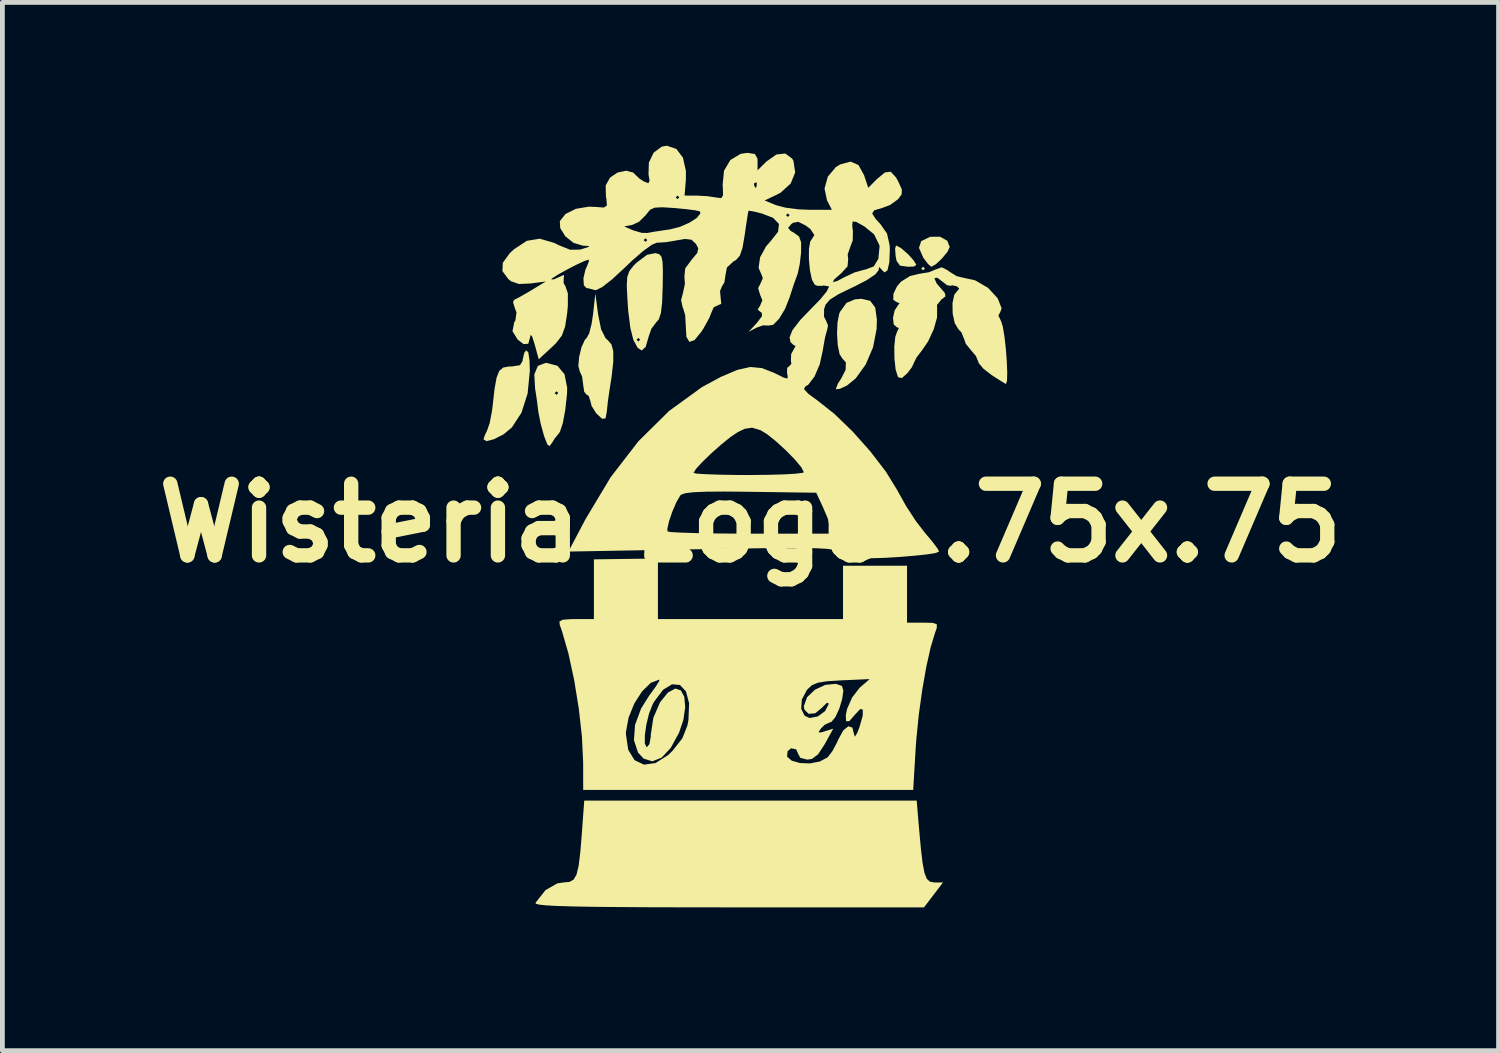
<source format=kicad_pcb>
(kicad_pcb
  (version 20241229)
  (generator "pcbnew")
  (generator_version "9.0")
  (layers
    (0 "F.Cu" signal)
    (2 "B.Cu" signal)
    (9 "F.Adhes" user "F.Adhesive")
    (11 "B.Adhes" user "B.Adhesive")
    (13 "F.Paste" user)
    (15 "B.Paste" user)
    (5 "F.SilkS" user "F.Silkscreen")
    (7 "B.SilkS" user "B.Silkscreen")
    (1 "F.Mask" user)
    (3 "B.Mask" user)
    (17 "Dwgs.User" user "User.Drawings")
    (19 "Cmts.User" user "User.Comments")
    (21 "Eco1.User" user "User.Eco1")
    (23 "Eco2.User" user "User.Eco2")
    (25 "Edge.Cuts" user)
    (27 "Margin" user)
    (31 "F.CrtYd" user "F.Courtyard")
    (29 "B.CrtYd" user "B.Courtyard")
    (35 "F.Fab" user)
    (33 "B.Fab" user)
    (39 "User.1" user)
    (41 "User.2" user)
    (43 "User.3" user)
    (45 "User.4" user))
  (footprint "Wisteria Logo .75x.75"
    (layer "F.Cu")
    (at 12.657 7.896)
    (property "Reference" "Wisteria Logo .75x.75" (at 0 0 0) (layer "F.SilkS") (effects (font (size 1.5 1.5) (thickness 0.3))))
    (attr board_only exclude_from_pos_files exclude_from_bom)
    (fp_poly (pts (xy 3.65 -5.326) (xy 3.613 -5.289) (xy 3.575 -5.326) (xy 3.613 -5.363)) (stroke (width 0) (type solid)) (fill yes) (layer "F.SilkS"))
    (fp_poly (pts (xy 3.152 -5.753) (xy 3.298 -5.626) (xy 3.417 -5.493) (xy 3.472 -5.403) (xy 3.422 -5.368) (xy 3.295 -5.363) (xy 3.131 -5.386) (xy 3.058 -5.485) (xy 3.038 -5.587) (xy 3.027 -5.742) (xy 3.047 -5.808) (xy 3.048 -5.808)) (stroke (width 0) (type solid)) (fill yes) (layer "F.SilkS"))
    (fp_poly (pts (xy 4.119 -5.907) (xy 4.171 -5.777) (xy 4.122 -5.674) (xy 4.007 -5.535) (xy 3.878 -5.414) (xy 3.784 -5.363) (xy 3.718 -5.419) (xy 3.617 -5.552) (xy 3.616 -5.555) (xy 3.527 -5.758) (xy 3.573 -5.899) (xy 3.756 -5.988) (xy 3.763 -5.99) (xy 3.967 -5.992)) (stroke (width 0) (type solid)) (fill yes) (layer "F.SilkS"))
    (fp_poly (pts (xy 2.505 -4.65) (xy 2.61 -4.511) (xy 2.646 -4.26) (xy 2.64 -4.059) (xy 2.566 -3.678) (xy 2.412 -3.318) (xy 2.203 -3.027) (xy 2.024 -2.88) (xy 1.873 -2.808) (xy 1.792 -2.799) (xy 1.788 -2.809) (xy 1.829 -2.916) (xy 1.897 -3.021) (xy 1.991 -3.204) (xy 1.997 -3.361) (xy 1.923 -3.443) (xy 1.866 -3.531) (xy 1.827 -3.718) (xy 1.812 -3.955) (xy 1.821 -4.191) (xy 1.857 -4.379) (xy 1.874 -4.419) (xy 2.009 -4.606) (xy 2.191 -4.682) (xy 2.325 -4.692)) (stroke (width 0) (type solid)) (fill yes) (layer "F.SilkS"))
    (fp_poly (pts (xy -4.65 -3.572) (xy -4.624 -3.398) (xy -4.618 -3.18) (xy -4.664 -2.711) (xy -4.793 -2.308) (xy -4.994 -2) (xy -5.164 -1.858) (xy -5.372 -1.752) (xy -5.524 -1.713) (xy -5.586 -1.75) (xy -5.587 -1.755) (xy -5.555 -1.848) (xy -5.511 -1.939) (xy -5.457 -2.097) (xy -5.412 -2.331) (xy -5.398 -2.437) (xy -5.357 -2.801) (xy -5.314 -3.041) (xy -5.258 -3.183) (xy -5.176 -3.253) (xy -5.056 -3.276) (xy -4.986 -3.277) (xy -4.824 -3.303) (xy -4.769 -3.394) (xy -4.767 -3.422) (xy -4.733 -3.565) (xy -4.693 -3.613)) (stroke (width 0) (type solid)) (fill yes) (layer "F.SilkS"))
    (fp_poly (pts (xy -4.041 -3.291) (xy -3.892 -3.114) (xy -3.836 -2.829) (xy -3.839 -2.707) (xy -3.876 -2.368) (xy -3.927 -2.091) (xy -3.987 -1.909) (xy -4.021 -1.862) (xy -4.095 -1.772) (xy -4.15 -1.683) (xy -4.203 -1.61) (xy -4.249 -1.64) (xy -4.309 -1.792) (xy -4.323 -1.832) (xy -4.392 -2.083) (xy -4.438 -2.317) (xy -4.442 -2.346) (xy -4.473 -2.59) (xy -4.493 -2.719) (xy -4.097 -2.719) (xy -4.06 -2.682) (xy -4.022 -2.719) (xy -4.06 -2.756) (xy -4.097 -2.719) (xy -4.493 -2.719) (xy -4.508 -2.815) (xy -4.524 -3.11) (xy -4.449 -3.289) (xy -4.284 -3.352) (xy -4.278 -3.352)) (stroke (width 0) (type solid)) (fill yes) (layer "F.SilkS"))
    (fp_poly (pts (xy -3.189 -4.365) (xy -3.126 -4.053) (xy -3.032 -3.867) (xy -2.986 -3.825) (xy -2.91 -3.739) (xy -2.872 -3.599) (xy -2.871 -3.38) (xy -2.907 -3.058) (xy -2.953 -2.764) (xy -2.986 -2.533) (xy -3.006 -2.337) (xy -3.007 -2.328) (xy -3.034 -2.189) (xy -3.105 -2.181) (xy -3.229 -2.296) (xy -3.326 -2.452) (xy -3.352 -2.557) (xy -3.388 -2.664) (xy -3.426 -2.682) (xy -3.48 -2.746) (xy -3.501 -2.89) (xy -3.524 -3.068) (xy -3.572 -3.169) (xy -3.602 -3.286) (xy -3.586 -3.477) (xy -3.536 -3.68) (xy -3.465 -3.835) (xy -3.428 -3.873) (xy -3.375 -3.97) (xy -3.325 -4.168) (xy -3.295 -4.364) (xy -3.247 -4.804)) (stroke (width 0) (type solid)) (fill yes) (layer "F.SilkS"))
    (fp_poly (pts (xy -1.913 -5.628) (xy -1.865 -5.578) (xy -1.84 -5.466) (xy -1.833 -5.265) (xy -1.837 -4.957) (xy -1.849 -4.614) (xy -1.875 -4.392) (xy -1.919 -4.26) (xy -1.971 -4.202) (xy -2.074 -4.065) (xy -2.131 -3.9) (xy -2.193 -3.687) (xy -2.275 -3.611) (xy -2.361 -3.665) (xy -2.45 -3.831) (xy -2.452 -3.836) (xy -2.384 -3.836) (xy -2.346 -3.799) (xy -2.309 -3.836) (xy -2.346 -3.873) (xy -2.384 -3.836) (xy -2.452 -3.836) (xy -2.514 -4.083) (xy -2.559 -4.444) (xy -2.575 -4.679) (xy -2.589 -4.964) (xy -2.579 -5.146) (xy -2.536 -5.271) (xy -2.447 -5.384) (xy -2.384 -5.448) (xy -2.165 -5.613) (xy -1.993 -5.648)) (stroke (width 0) (type solid)) (fill yes) (layer "F.SilkS"))
    (fp_poly (pts (xy 3.526 6.368) (xy 3.566 6.808) (xy 3.603 7.121) (xy 3.643 7.327) (xy 3.692 7.449) (xy 3.756 7.507) (xy 3.841 7.523) (xy 3.849 7.523) (xy 4.03 7.523) (xy 3.831 7.784) (xy 3.632 8.045) (xy -0.46 8.045) (xy -1.375 8.044) (xy -2.15 8.042) (xy -2.796 8.038) (xy -3.322 8.033) (xy -3.737 8.025) (xy -4.052 8.015) (xy -4.276 8.003) (xy -4.418 7.988) (xy -4.489 7.97) (xy -4.5 7.951) (xy -4.29 7.684) (xy -4.042 7.542) (xy -3.907 7.523) (xy -3.788 7.512) (xy -3.702 7.465) (xy -3.641 7.359) (xy -3.596 7.173) (xy -3.561 6.884) (xy -3.527 6.47) (xy -3.524 6.424) (xy -3.479 5.81) (xy 0.000134 5.81) (xy 3.479 5.81)) (stroke (width 0) (type solid)) (fill yes) (layer "F.SilkS"))
    (fp_poly (pts (xy 4.131 -5.287) (xy 4.154 -5.267) (xy 4.311 -5.168) (xy 4.422 -5.14) (xy 4.701 -5.079) (xy 4.971 -4.923) (xy 5.166 -4.712) (xy 5.182 -4.683) (xy 5.256 -4.494) (xy 5.228 -4.412) (xy 5.226 -4.411) (xy 5.189 -4.342) (xy 5.246 -4.222) (xy 5.282 -4.106) (xy 5.316 -3.901) (xy 5.345 -3.646) (xy 5.365 -3.38) (xy 5.374 -3.142) (xy 5.369 -2.972) (xy 5.347 -2.909) (xy 5.346 -2.909) (xy 5.277 -2.949) (xy 5.128 -3.044) (xy 5.046 -3.097) (xy 4.877 -3.228) (xy 4.778 -3.345) (xy 4.767 -3.379) (xy 4.716 -3.499) (xy 4.618 -3.613) (xy 4.506 -3.752) (xy 4.469 -3.858) (xy 4.414 -3.992) (xy 4.354 -4.053) (xy 4.276 -4.18) (xy 4.232 -4.382) (xy 4.228 -4.601) (xy 4.265 -4.775) (xy 4.312 -4.837) (xy 4.369 -4.905) (xy 4.323 -4.952) (xy 4.219 -4.976) (xy 4.195 -4.964) (xy 4.117 -4.976) (xy 4.045 -5.031) (xy 3.909 -5.134) (xy 3.85 -5.123) (xy 3.893 -5.02) (xy 3.953 -4.948) (xy 4.067 -4.816) (xy 4.082 -4.744) (xy 4.006 -4.685) (xy 4 -4.682) (xy 3.905 -4.565) (xy 3.906 -4.482) (xy 3.905 -4.301) (xy 3.836 -4.056) (xy 3.719 -3.802) (xy 3.589 -3.612) (xy 3.477 -3.466) (xy 3.427 -3.367) (xy 3.426 -3.363) (xy 3.382 -3.266) (xy 3.284 -3.136) (xy 3.168 -3.032) (xy 3.094 -3.051) (xy 3.084 -3.065) (xy 3.038 -3.214) (xy 3.013 -3.442) (xy 3.01 -3.688) (xy 3.031 -3.897) (xy 3.068 -4.002) (xy 3.107 -4.082) (xy 3.063 -4.097) (xy 2.998 -4.156) (xy 2.983 -4.294) (xy 3.017 -4.446) (xy 3.069 -4.529) (xy 3.121 -4.603) (xy 3.069 -4.618) (xy 2.989 -4.67) (xy 2.992 -4.797) (xy 3.068 -4.954) (xy 3.152 -5.052) (xy 3.34 -5.169) (xy 3.525 -5.214) (xy 3.735 -5.248) (xy 3.87 -5.304) (xy 4.004 -5.352)) (stroke (width 0) (type solid)) (fill yes) (layer "F.SilkS"))
    (fp_poly (pts (xy -1.937 1.377) (xy -1.937 2.011) (xy 0 2.011) (xy 1.937 2.011) (xy 1.937 1.452) (xy 1.937 0.894) (xy 2.607 0.894) (xy 3.277 0.894) (xy 3.277 1.49) (xy 3.277 2.086) (xy 3.611 2.086) (xy 3.814 2.09) (xy 3.9 2.119) (xy 3.899 2.198) (xy 3.866 2.29) (xy 3.773 2.596) (xy 3.68 3.01) (xy 3.595 3.495) (xy 3.523 4.011) (xy 3.472 4.519) (xy 3.458 4.711) (xy 3.406 5.587) (xy -0.047 5.587) (xy -3.501 5.587) (xy -3.502 5.009) (xy -3.527 4.48) (xy -3.533 4.42) (xy -2.607 4.42) (xy -2.558 4.749) (xy -2.426 4.964) (xy -2.229 5.058) (xy -1.987 5.024) (xy -1.775 4.89) (xy 0.766 4.89) (xy 0.864 4.975) (xy 1.036 5.024) (xy 1.244 5.032) (xy 1.451 4.992) (xy 1.614 4.905) (xy 1.713 4.778) (xy 1.818 4.58) (xy 1.839 4.529) (xy 1.944 4.339) (xy 2.05 4.254) (xy 2.133 4.282) (xy 2.166 4.413) (xy 2.185 4.473) (xy 2.235 4.393) (xy 2.285 4.26) (xy 2.349 4.033) (xy 2.351 3.906) (xy 2.297 3.893) (xy 2.193 4.006) (xy 2.191 4.008) (xy 2.069 4.147) (xy 2.001 4.149) (xy 1.995 4.021) (xy 2.022 3.892) (xy 2.126 3.655) (xy 2.28 3.454) (xy 2.295 3.44) (xy 2.495 3.267) (xy 1.91 3.293) (xy 1.604 3.312) (xy 1.409 3.343) (xy 1.283 3.397) (xy 1.19 3.485) (xy 1.18 3.497) (xy 1.075 3.696) (xy 1.062 3.89) (xy 1.134 4.034) (xy 1.238 4.082) (xy 1.41 4.049) (xy 1.563 3.936) (xy 1.636 3.791) (xy 1.637 3.775) (xy 1.599 3.763) (xy 1.508 3.854) (xy 1.498 3.866) (xy 1.355 3.982) (xy 1.217 3.994) (xy 1.129 3.907) (xy 1.117 3.835) (xy 1.184 3.647) (xy 1.35 3.489) (xy 1.569 3.387) (xy 1.79 3.367) (xy 1.915 3.411) (xy 1.944 3.508) (xy 1.92 3.683) (xy 1.859 3.886) (xy 1.777 4.063) (xy 1.693 4.164) (xy 1.667 4.171) (xy 1.555 4.223) (xy 1.481 4.294) (xy 1.423 4.378) (xy 1.475 4.384) (xy 1.556 4.36) (xy 1.733 4.304) (xy 1.554 4.629) (xy 1.417 4.84) (xy 1.289 4.937) (xy 1.19 4.953) (xy 1.045 4.916) (xy 1.006 4.848) (xy 0.955 4.736) (xy 0.849 4.716) (xy 0.778 4.775) (xy 0.766 4.89) (xy -1.775 4.89) (xy -1.721 4.855) (xy -1.632 4.769) (xy -1.426 4.507) (xy -1.319 4.236) (xy -1.298 4.124) (xy -1.284 3.773) (xy -1.35 3.525) (xy -1.476 3.39) (xy -1.642 3.376) (xy -1.83 3.491) (xy -2.019 3.744) (xy -2.049 3.8) (xy -2.124 3.992) (xy -2.179 4.22) (xy -2.211 4.442) (xy -2.211 4.614) (xy -2.175 4.692) (xy -2.169 4.693) (xy -2.114 4.627) (xy -2.086 4.466) (xy -2.086 4.43) (xy -2.033 4.078) (xy -1.892 3.752) (xy -1.728 3.549) (xy -1.573 3.465) (xy -1.457 3.503) (xy -1.385 3.64) (xy -1.366 3.853) (xy -1.404 4.12) (xy -1.494 4.388) (xy -1.67 4.71) (xy -1.861 4.912) (xy -2.055 4.988) (xy -2.237 4.931) (xy -2.353 4.805) (xy -2.439 4.545) (xy -2.416 4.226) (xy -2.289 3.882) (xy -2.119 3.612) (xy -1.988 3.432) (xy -1.912 3.311) (xy -1.905 3.277) (xy -2.086 3.345) (xy -2.269 3.524) (xy -2.431 3.778) (xy -2.551 4.073) (xy -2.606 4.371) (xy -2.607 4.42) (xy -3.533 4.42) (xy -3.592 3.892) (xy -3.689 3.291) (xy -3.811 2.728) (xy -3.949 2.251) (xy -3.99 2.138) (xy -3.999 2.063) (xy -3.93 2.025) (xy -3.755 2.012) (xy -3.658 2.011) (xy -3.277 2.011) (xy -3.277 1.386) (xy -3.277 0.761) (xy -2.607 0.752) (xy -1.937 0.743)) (stroke (width 0) (type solid)) (fill yes) (layer "F.SilkS"))
    (fp_poly (pts (xy -1.551 -7.829) (xy -1.413 -7.645) (xy -1.351 -7.367) (xy -1.352 -7.189) (xy -1.379 -6.853) (xy -1.118 -6.852) (xy -0.892 -6.839) (xy -0.709 -6.811) (xy -0.705 -6.81) (xy -0.611 -6.799) (xy -0.574 -6.859) (xy -0.578 -7.024) (xy -0.583 -7.076) (xy 0.074 -7.076) (xy 0.102 -7.015) (xy 0.124 -7.027) (xy 0.133 -7.115) (xy 0.124 -7.126) (xy 0.08 -7.116) (xy 0.074 -7.076) (xy -0.583 -7.076) (xy -0.583 -7.077) (xy -0.554 -7.372) (xy -0.42 -7.598) (xy -0.203 -7.727) (xy -0.062 -7.747) (xy 0.092 -7.723) (xy 0.146 -7.628) (xy 0.149 -7.564) (xy 0.149 -7.381) (xy 0.332 -7.564) (xy 0.541 -7.712) (xy 0.729 -7.733) (xy 0.872 -7.627) (xy 0.9 -7.577) (xy 0.936 -7.336) (xy 0.841 -7.104) (xy 0.632 -6.914) (xy 0.56 -6.876) (xy 0.297 -6.75) (xy 0.53 -6.653) (xy 0.731 -6.6) (xy 1.011 -6.564) (xy 1.233 -6.555) (xy 1.704 -6.555) (xy 1.602 -6.753) (xy 1.55 -6.999) (xy 1.619 -7.248) (xy 1.788 -7.45) (xy 1.878 -7.505) (xy 2.099 -7.564) (xy 2.262 -7.49) (xy 2.378 -7.278) (xy 2.383 -7.263) (xy 2.465 -7.016) (xy 2.644 -7.195) (xy 2.814 -7.337) (xy 2.936 -7.352) (xy 3.044 -7.235) (xy 3.095 -7.144) (xy 3.168 -6.98) (xy 3.164 -6.877) (xy 3.089 -6.776) (xy 2.922 -6.656) (xy 2.748 -6.59) (xy 2.589 -6.544) (xy 2.547 -6.479) (xy 2.619 -6.365) (xy 2.721 -6.254) (xy 2.858 -6.058) (xy 2.913 -5.811) (xy 2.917 -5.718) (xy 2.906 -5.451) (xy 2.867 -5.288) (xy 2.805 -5.244) (xy 2.748 -5.299) (xy 2.695 -5.359) (xy 2.68 -5.289) (xy 2.613 -5.203) (xy 2.434 -5.083) (xy 2.17 -4.946) (xy 2.127 -4.927) (xy 1.84 -4.787) (xy 1.664 -4.676) (xy 1.573 -4.571) (xy 1.541 -4.48) (xy 1.539 -4.318) (xy 1.582 -4.235) (xy 1.623 -4.135) (xy 1.606 -4.048) (xy 1.561 -3.884) (xy 1.521 -3.659) (xy 1.515 -3.618) (xy 1.45 -3.321) (xy 1.34 -3.065) (xy 1.209 -2.893) (xy 1.147 -2.855) (xy 1.121 -2.802) (xy 1.214 -2.701) (xy 1.397 -2.568) (xy 1.754 -2.286) (xy 2.137 -1.916) (xy 2.509 -1.498) (xy 2.833 -1.076) (xy 3.071 -0.689) (xy 3.085 -0.663) (xy 3.26 -0.35) (xy 3.464 -0.037) (xy 3.647 0.2) (xy 3.806 0.389) (xy 3.915 0.535) (xy 3.948 0.598) (xy 3.879 0.627) (xy 3.696 0.657) (xy 3.432 0.685) (xy 3.123 0.711) (xy 2.802 0.73) (xy 2.504 0.739) (xy 2.263 0.737) (xy 2.212 0.735) (xy 2.003 0.694) (xy 1.855 0.621) (xy 1.84 0.606) (xy 1.799 0.578) (xy 1.719 0.556) (xy 1.585 0.54) (xy 1.384 0.529) (xy 1.102 0.524) (xy 0.726 0.524) (xy 0.24 0.528) (xy -0.368 0.537) (xy -1.03 0.548) (xy -3.81 0.598) (xy -3.559 0.122) (xy -1.74 0.122) (xy -1.734 0.178) (xy -1.65 0.191) (xy -1.438 0.202) (xy -1.12 0.212) (xy -0.718 0.219) (xy -0.254 0.223) (xy 0.017 0.223) (xy 1.723 0.223) (xy 1.671 0.056) (xy 1.605 -0.126) (xy 1.51 -0.347) (xy 1.498 -0.372) (xy 1.377 -0.633) (xy -0.009 -0.653) (xy -0.531 -0.658) (xy -0.92 -0.655) (xy -1.193 -0.644) (xy -1.365 -0.623) (xy -1.454 -0.591) (xy -1.467 -0.579) (xy -1.551 -0.435) (xy -1.636 -0.237) (xy -1.705 -0.034) (xy -1.74 0.122) (xy -3.559 0.122) (xy -3.454 -0.078) (xy -2.928 -0.955) (xy -2.857 -1.048) (xy -1.192 -1.048) (xy -1.121 -1.033) (xy -0.928 -1.021) (xy -0.635 -1.011) (xy -0.27 -1.005) (xy -0.037 -1.004) (xy 0.358 -1.008) (xy 0.696 -1.017) (xy 0.949 -1.032) (xy 1.094 -1.051) (xy 1.117 -1.063) (xy 1.064 -1.166) (xy 0.928 -1.33) (xy 0.74 -1.521) (xy 0.535 -1.709) (xy 0.345 -1.861) (xy 0.212 -1.941) (xy 0.034 -1.995) (xy -0.122 -1.971) (xy -0.265 -1.902) (xy -0.416 -1.801) (xy -0.612 -1.642) (xy -0.82 -1.458) (xy -1.008 -1.277) (xy -1.142 -1.13) (xy -1.192 -1.048) (xy -2.857 -1.048) (xy -2.343 -1.713) (xy -1.703 -2.345) (xy -1.017 -2.843) (xy -0.622 -3.057) (xy -0.276 -3.204) (xy -0.004 -3.265) (xy 0.241 -3.242) (xy 0.503 -3.138) (xy 0.517 -3.131) (xy 0.695 -3.043) (xy 0.772 -3.023) (xy 0.78 -3.071) (xy 0.766 -3.131) (xy 0.768 -3.248) (xy 0.808 -3.277) (xy 0.857 -3.332) (xy 0.846 -3.39) (xy 0.852 -3.537) (xy 0.895 -3.614) (xy 0.944 -3.705) (xy 0.903 -3.724) (xy 0.837 -3.787) (xy 0.819 -3.887) (xy 0.877 -4.033) (xy 1.042 -4.248) (xy 1.265 -4.48) (xy 1.46 -4.68) (xy 1.593 -4.842) (xy 1.643 -4.94) (xy 1.637 -4.954) (xy 1.524 -4.971) (xy 1.505 -4.963) (xy 1.398 -4.964) (xy 1.343 -4.989) (xy 1.316 -5.039) (xy 1.725 -5.039) (xy 1.821 -5.067) (xy 1.961 -5.142) (xy 2.18 -5.245) (xy 2.386 -5.302) (xy 2.406 -5.304) (xy 2.581 -5.37) (xy 2.677 -5.531) (xy 2.703 -5.803) (xy 2.587 -6.042) (xy 2.384 -6.207) (xy 2.212 -6.303) (xy 2.138 -6.31) (xy 2.13 -6.214) (xy 2.144 -6.107) (xy 2.14 -5.912) (xy 2.088 -5.776) (xy 2.034 -5.62) (xy 2.045 -5.523) (xy 2.032 -5.371) (xy 1.902 -5.229) (xy 1.75 -5.095) (xy 1.725 -5.039) (xy 1.316 -5.039) (xy 1.287 -5.091) (xy 1.245 -5.285) (xy 1.223 -5.518) (xy 1.224 -5.738) (xy 1.251 -5.892) (xy 1.276 -5.928) (xy 1.337 -6.026) (xy 1.255 -6.151) (xy 1.154 -6.227) (xy 1.001 -6.304) (xy 0.892 -6.283) (xy 0.854 -6.255) (xy 0.788 -6.177) (xy 0.841 -6.113) (xy 0.91 -6.075) (xy 1.017 -5.996) (xy 1.06 -5.874) (xy 1.059 -5.657) (xy 1.031 -5.417) (xy 0.989 -5.219) (xy 0.974 -5.177) (xy 0.912 -5.009) (xy 0.838 -4.782) (xy 0.822 -4.73) (xy 0.724 -4.481) (xy 0.601 -4.277) (xy 0.478 -4.149) (xy 0.378 -4.131) (xy 0.376 -4.132) (xy 0.26 -4.136) (xy 0.132 -4.09) (xy -0.037 -4.002) (xy 0.136 -4.19) (xy 0.242 -4.329) (xy 0.235 -4.402) (xy 0.21 -4.415) (xy 0.151 -4.469) (xy 0.2 -4.544) (xy 0.249 -4.662) (xy 0.204 -4.771) (xy 0.16 -4.916) (xy 0.209 -5.01) (xy 0.258 -5.123) (xy 0.243 -5.17) (xy 0.17 -5.339) (xy 0.201 -5.56) (xy 0.327 -5.791) (xy 0.415 -5.89) (xy 0.577 -6.094) (xy 0.597 -6.258) (xy 0.473 -6.387) (xy 0.328 -6.443) (xy 0.745 -6.443) (xy 0.782 -6.406) (xy 0.819 -6.443) (xy 0.782 -6.48) (xy 0.745 -6.443) (xy 0.328 -6.443) (xy 0.245 -6.475) (xy 0.067 -6.52) (xy -0.034 -6.536) (xy -0.041 -6.534) (xy -0.057 -6.458) (xy -0.085 -6.274) (xy -0.12 -6.033) (xy -0.167 -5.757) (xy -0.223 -5.592) (xy -0.305 -5.502) (xy -0.354 -5.476) (xy -0.493 -5.348) (xy -0.521 -5.201) (xy -0.546 -5.035) (xy -0.596 -4.953) (xy -0.637 -4.855) (xy -0.625 -4.722) (xy -0.612 -4.585) (xy -0.676 -4.559) (xy -0.768 -4.516) (xy -0.804 -4.437) (xy -0.864 -4.288) (xy -0.976 -4.084) (xy -1.026 -4.005) (xy -1.172 -3.827) (xy -1.279 -3.791) (xy -1.341 -3.896) (xy -1.355 -4.141) (xy -1.355 -4.144) (xy -1.367 -4.351) (xy -1.41 -4.497) (xy -1.419 -4.511) (xy -1.452 -4.667) (xy -1.415 -4.805) (xy -1.372 -5.006) (xy -1.383 -5.156) (xy -1.366 -5.327) (xy -1.236 -5.505) (xy -1.115 -5.649) (xy -1.092 -5.749) (xy -1.142 -5.843) (xy -1.235 -5.929) (xy -1.37 -5.945) (xy -1.534 -5.917) (xy -1.755 -5.879) (xy -1.931 -5.867) (xy -1.955 -5.868) (xy -2.063 -5.824) (xy -2.246 -5.692) (xy -2.477 -5.492) (xy -2.617 -5.358) (xy -2.889 -5.105) (xy -3.099 -4.94) (xy -3.232 -4.874) (xy -3.257 -4.875) (xy -3.396 -4.913) (xy -3.432 -4.916) (xy -3.488 -4.977) (xy -3.496 -5.123) (xy -3.455 -5.299) (xy -3.424 -5.368) (xy -3.38 -5.48) (xy -3.389 -5.512) (xy -3.482 -5.48) (xy -3.65 -5.402) (xy -3.847 -5.3) (xy -4.028 -5.199) (xy -4.148 -5.122) (xy -4.171 -5.098) (xy -4.116 -5.099) (xy -4.013 -5.144) (xy -3.904 -5.192) (xy -3.902 -5.154) (xy -3.908 -5.144) (xy -3.911 -5.022) (xy -3.872 -4.952) (xy -3.822 -4.808) (xy -3.822 -4.546) (xy -3.837 -4.385) (xy -3.88 -4.109) (xy -3.947 -3.923) (xy -4.066 -3.768) (xy -4.161 -3.676) (xy -4.432 -3.427) (xy -4.518 -3.744) (xy -4.571 -3.907) (xy -4.603 -3.937) (xy -4.611 -3.892) (xy -4.651 -3.75) (xy -4.75 -3.745) (xy -4.874 -3.841) (xy -4.981 -4.014) (xy -4.945 -4.198) (xy -4.92 -4.242) (xy -4.897 -4.406) (xy -4.932 -4.499) (xy -4.969 -4.623) (xy -4.945 -4.671) (xy -4.846 -4.721) (xy -4.672 -4.82) (xy -4.581 -4.874) (xy -4.283 -5.055) (xy -4.601 -5.013) (xy -4.845 -5.002) (xy -5.008 -5.058) (xy -5.067 -5.104) (xy -5.192 -5.272) (xy -5.184 -5.446) (xy -5.04 -5.644) (xy -4.951 -5.728) (xy -4.68 -5.906) (xy -4.41 -5.95) (xy -4.106 -5.862) (xy -4.011 -5.814) (xy -3.774 -5.719) (xy -3.572 -5.722) (xy -3.528 -5.733) (xy -3.385 -5.779) (xy -3.38 -5.797) (xy -3.507 -5.804) (xy -3.704 -5.863) (xy -3.777 -5.922) (xy -2.235 -5.922) (xy -2.197 -5.884) (xy -2.16 -5.922) (xy -2.197 -5.959) (xy -2.235 -5.922) (xy -3.777 -5.922) (xy -3.876 -6.001) (xy -3.982 -6.173) (xy -3.984 -6.208) (xy -2.644 -6.208) (xy -2.458 -6.126) (xy -2.278 -6.073) (xy -2.16 -6.07) (xy -2.023 -6.095) (xy -1.803 -6.128) (xy -1.689 -6.144) (xy -1.478 -6.197) (xy -1.276 -6.286) (xy -1.12 -6.387) (xy -1.048 -6.48) (xy -1.059 -6.522) (xy -1.143 -6.542) (xy -1.333 -6.567) (xy -1.578 -6.591) (xy -1.844 -6.608) (xy -2.005 -6.6) (xy -2.102 -6.555) (xy -2.177 -6.464) (xy -2.186 -6.449) (xy -2.331 -6.305) (xy -2.475 -6.238) (xy -2.644 -6.208) (xy -3.984 -6.208) (xy -3.99 -6.317) (xy -3.871 -6.468) (xy -3.652 -6.576) (xy -3.379 -6.621) (xy -3.241 -6.615) (xy -3.068 -6.602) (xy -3.005 -6.645) (xy -3.015 -6.78) (xy -3.022 -6.816) (xy -1.564 -6.816) (xy -1.527 -6.778) (xy -1.49 -6.816) (xy -1.527 -6.853) (xy -1.564 -6.816) (xy -3.022 -6.816) (xy -3.025 -6.833) (xy -3.031 -7.063) (xy -2.94 -7.228) (xy -2.782 -7.335) (xy -2.599 -7.373) (xy -2.453 -7.334) (xy -2.421 -7.3) (xy -2.322 -7.207) (xy -2.232 -7.149) (xy -2.136 -7.111) (xy -2.112 -7.165) (xy -2.134 -7.297) (xy -2.127 -7.543) (xy -2.026 -7.751) (xy -1.857 -7.877) (xy -1.75 -7.896)) (stroke (width 0) (type solid)) (fill yes) (layer "F.SilkS")))
  (gr_rect
    (start -3 -3)
    (end 28.314 18.94)
    (stroke (width 0.1) (type default))
    (fill no)
    (layer "Edge.Cuts")))
</source>
